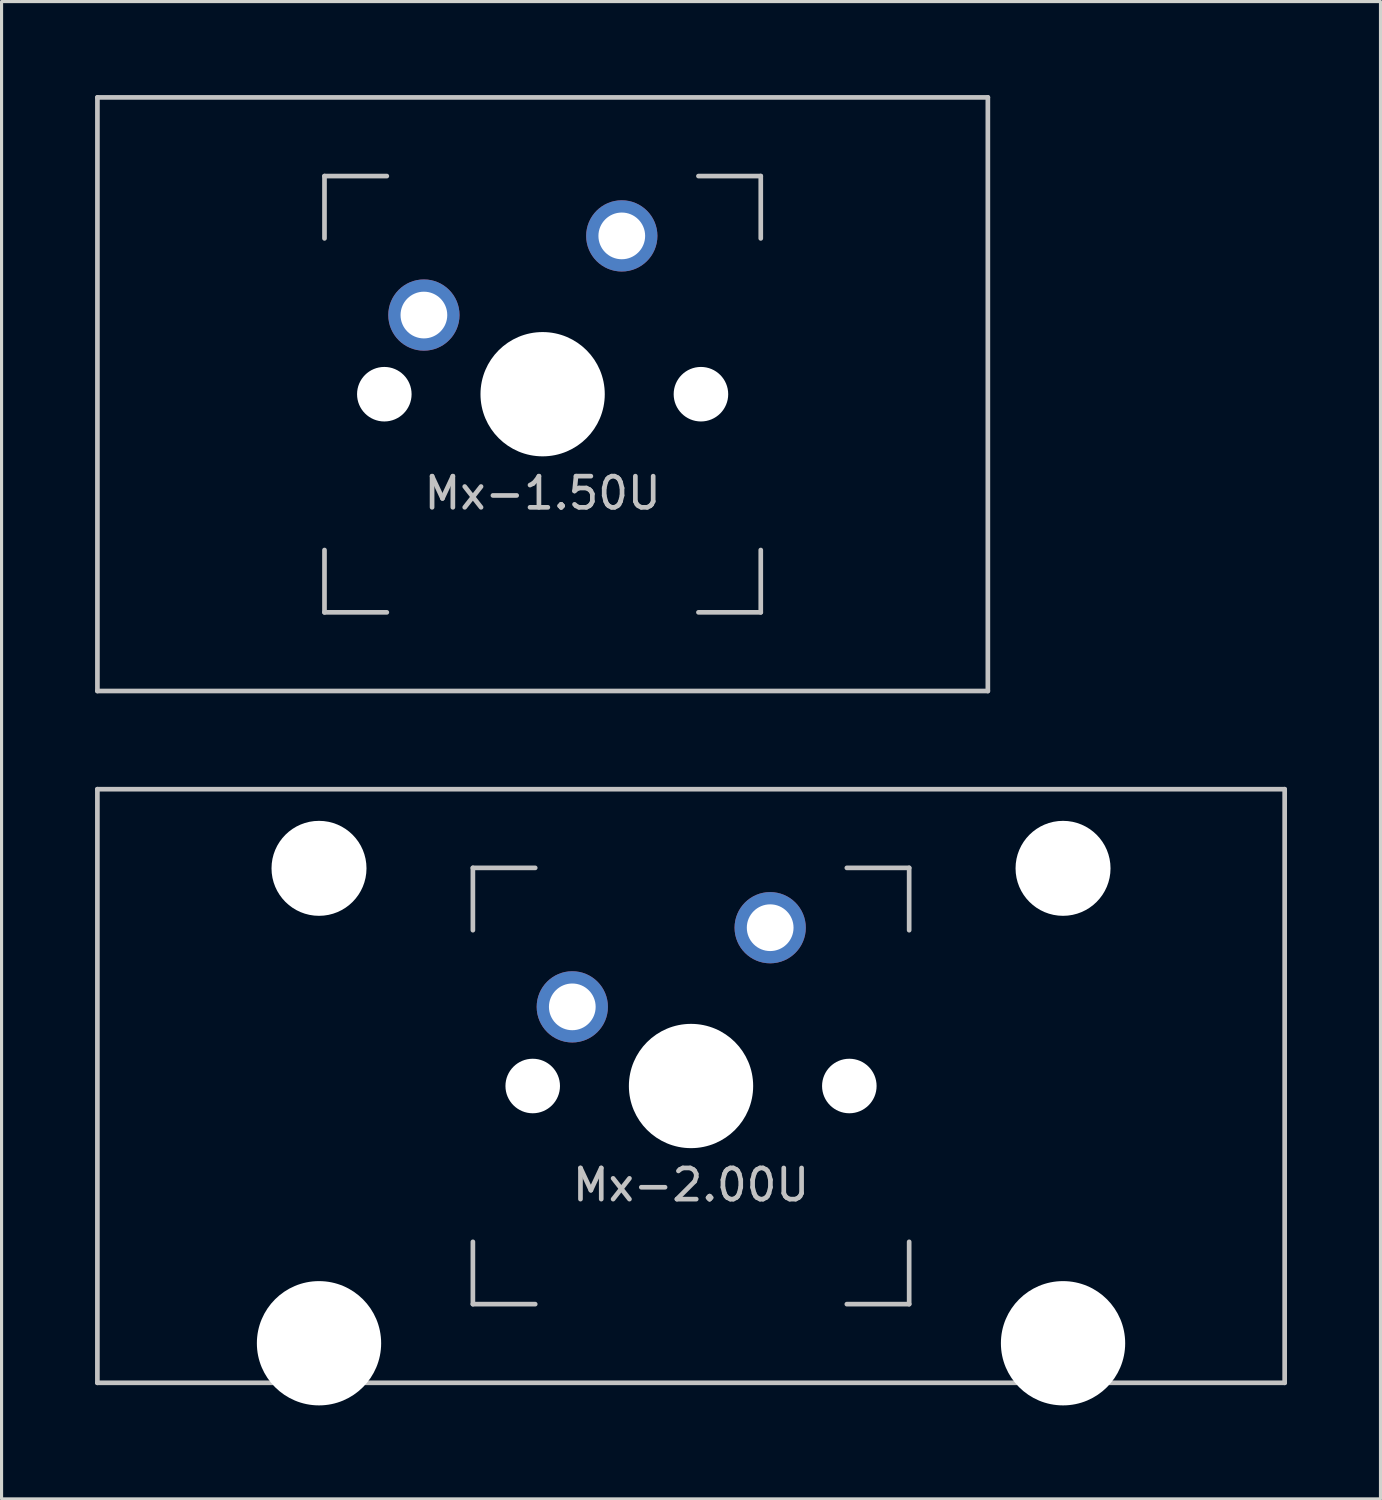
<source format=kicad_pcb>
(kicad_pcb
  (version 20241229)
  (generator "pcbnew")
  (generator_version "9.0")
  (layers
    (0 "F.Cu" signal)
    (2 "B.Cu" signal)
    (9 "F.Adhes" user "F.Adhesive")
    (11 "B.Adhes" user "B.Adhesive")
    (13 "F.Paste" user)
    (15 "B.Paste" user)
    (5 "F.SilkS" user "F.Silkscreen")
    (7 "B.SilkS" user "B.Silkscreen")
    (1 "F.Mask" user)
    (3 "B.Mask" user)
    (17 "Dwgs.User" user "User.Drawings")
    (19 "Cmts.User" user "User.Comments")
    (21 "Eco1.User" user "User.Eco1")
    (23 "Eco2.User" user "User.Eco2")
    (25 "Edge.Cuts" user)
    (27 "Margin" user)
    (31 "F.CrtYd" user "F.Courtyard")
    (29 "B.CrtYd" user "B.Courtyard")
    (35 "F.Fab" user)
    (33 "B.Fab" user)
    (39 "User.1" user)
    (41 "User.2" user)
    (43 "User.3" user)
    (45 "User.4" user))
  (footprint "Mx-2.00U"
    (layer "F.Cu")
    (at 19.125 31.8)
    (property "Reference" "Mx-2.00U" (at 0 3.175 0) (layer "Dwgs.User") (effects (font (size 1 1) (thickness 0.15))))
    (fp_line (start -19.05 -9.525) (end 19.05 -9.525) (stroke (width 0.15) (type solid)) (layer "Dwgs.User"))
    (fp_line (start -19.05 9.525) (end -19.05 -9.525) (stroke (width 0.15) (type solid)) (layer "Dwgs.User"))
    (fp_line (start -7 -7) (end -7 -5) (stroke (width 0.15) (type solid)) (layer "Dwgs.User"))
    (fp_line (start -7 5) (end -7 7) (stroke (width 0.15) (type solid)) (layer "Dwgs.User"))
    (fp_line (start -7 7) (end -5 7) (stroke (width 0.15) (type solid)) (layer "Dwgs.User"))
    (fp_line (start -5 -7) (end -7 -7) (stroke (width 0.15) (type solid)) (layer "Dwgs.User"))
    (fp_line (start 5 -7) (end 7 -7) (stroke (width 0.15) (type solid)) (layer "Dwgs.User"))
    (fp_line (start 5 7) (end 7 7) (stroke (width 0.15) (type solid)) (layer "Dwgs.User"))
    (fp_line (start 7 -7) (end 7 -5) (stroke (width 0.15) (type solid)) (layer "Dwgs.User"))
    (fp_line (start 7 7) (end 7 5) (stroke (width 0.15) (type solid)) (layer "Dwgs.User"))
    (fp_line (start 19.05 -9.525) (end 19.05 9.525) (stroke (width 0.15) (type solid)) (layer "Dwgs.User"))
    (fp_line (start 19.05 9.525) (end -19.05 9.525) (stroke (width 0.15) (type solid)) (layer "Dwgs.User"))
    (pad "" np_thru_hole circle (at -11.938 -6.985) (size 3.048 3.048) (drill 3.048) (layers "*.Cu" "*.Mask"))
    (pad "" np_thru_hole circle (at -11.938 8.255) (size 3.988 3.988) (drill 3.988) (layers "*.Cu" "*.Mask"))
    (pad "" np_thru_hole circle (at -5.08 0 48.1) (size 1.75 1.75) (drill 1.75) (layers "*.Cu" "*.Mask"))
    (pad "" np_thru_hole circle (at 0 0) (size 3.988 3.988) (drill 3.988) (layers "*.Cu" "*.Mask"))
    (pad "" np_thru_hole circle (at 5.08 0 48.1) (size 1.75 1.75) (drill 1.75) (layers "*.Cu" "*.Mask"))
    (pad "" np_thru_hole circle (at 11.938 -6.985) (size 3.048 3.048) (drill 3.048) (layers "*.Cu" "*.Mask"))
    (pad "" np_thru_hole circle (at 11.938 8.255) (size 3.988 3.988) (drill 3.988) (layers "*.Cu" "*.Mask"))
    (pad "1" thru_hole circle (at 2.54 -5.08) (size 2.286 2.286) (drill 1.499) (layers "*.Cu" "*.Mask"))
    (pad "2" thru_hole circle (at -3.81 -2.54) (size 2.286 2.286) (drill 1.499) (layers "*.Cu" "*.Mask")))
  (footprint "Mx-1.50U"
    (layer "F.Cu")
    (at 14.363 9.6)
    (property "Reference" "Mx-1.50U" (at 0 3.175 0) (layer "Dwgs.User") (effects (font (size 1 1) (thickness 0.15))))
    (fp_line (start -14.287 -9.525) (end 14.287 -9.525) (stroke (width 0.15) (type solid)) (layer "Dwgs.User"))
    (fp_line (start -14.287 9.525) (end -14.287 -9.525) (stroke (width 0.15) (type solid)) (layer "Dwgs.User"))
    (fp_line (start -7 -7) (end -7 -5) (stroke (width 0.15) (type solid)) (layer "Dwgs.User"))
    (fp_line (start -7 5) (end -7 7) (stroke (width 0.15) (type solid)) (layer "Dwgs.User"))
    (fp_line (start -7 7) (end -5 7) (stroke (width 0.15) (type solid)) (layer "Dwgs.User"))
    (fp_line (start -5 -7) (end -7 -7) (stroke (width 0.15) (type solid)) (layer "Dwgs.User"))
    (fp_line (start 5 -7) (end 7 -7) (stroke (width 0.15) (type solid)) (layer "Dwgs.User"))
    (fp_line (start 5 7) (end 7 7) (stroke (width 0.15) (type solid)) (layer "Dwgs.User"))
    (fp_line (start 7 -7) (end 7 -5) (stroke (width 0.15) (type solid)) (layer "Dwgs.User"))
    (fp_line (start 7 7) (end 7 5) (stroke (width 0.15) (type solid)) (layer "Dwgs.User"))
    (fp_line (start 14.287 -9.525) (end 14.287 9.525) (stroke (width 0.15) (type solid)) (layer "Dwgs.User"))
    (fp_line (start 14.287 9.525) (end -14.287 9.525) (stroke (width 0.15) (type solid)) (layer "Dwgs.User"))
    (pad "" np_thru_hole circle (at -5.08 0 48.1) (size 1.75 1.75) (drill 1.75) (layers "*.Cu" "*.Mask"))
    (pad "" np_thru_hole circle (at 0 0) (size 3.988 3.988) (drill 3.988) (layers "*.Cu" "*.Mask"))
    (pad "" np_thru_hole circle (at 5.08 0 48.1) (size 1.75 1.75) (drill 1.75) (layers "*.Cu" "*.Mask"))
    (pad "1" thru_hole circle (at 2.54 -5.08) (size 2.286 2.286) (drill 1.499) (layers "*.Cu" "*.Mask"))
    (pad "2" thru_hole circle (at -3.81 -2.54) (size 2.286 2.286) (drill 1.499) (layers "*.Cu" "*.Mask")))
  (gr_rect
    (start -3 -3)
    (end 41.25 45.049)
    (stroke (width 0.1) (type default))
    (fill no)
    (layer "Edge.Cuts")))
</source>
